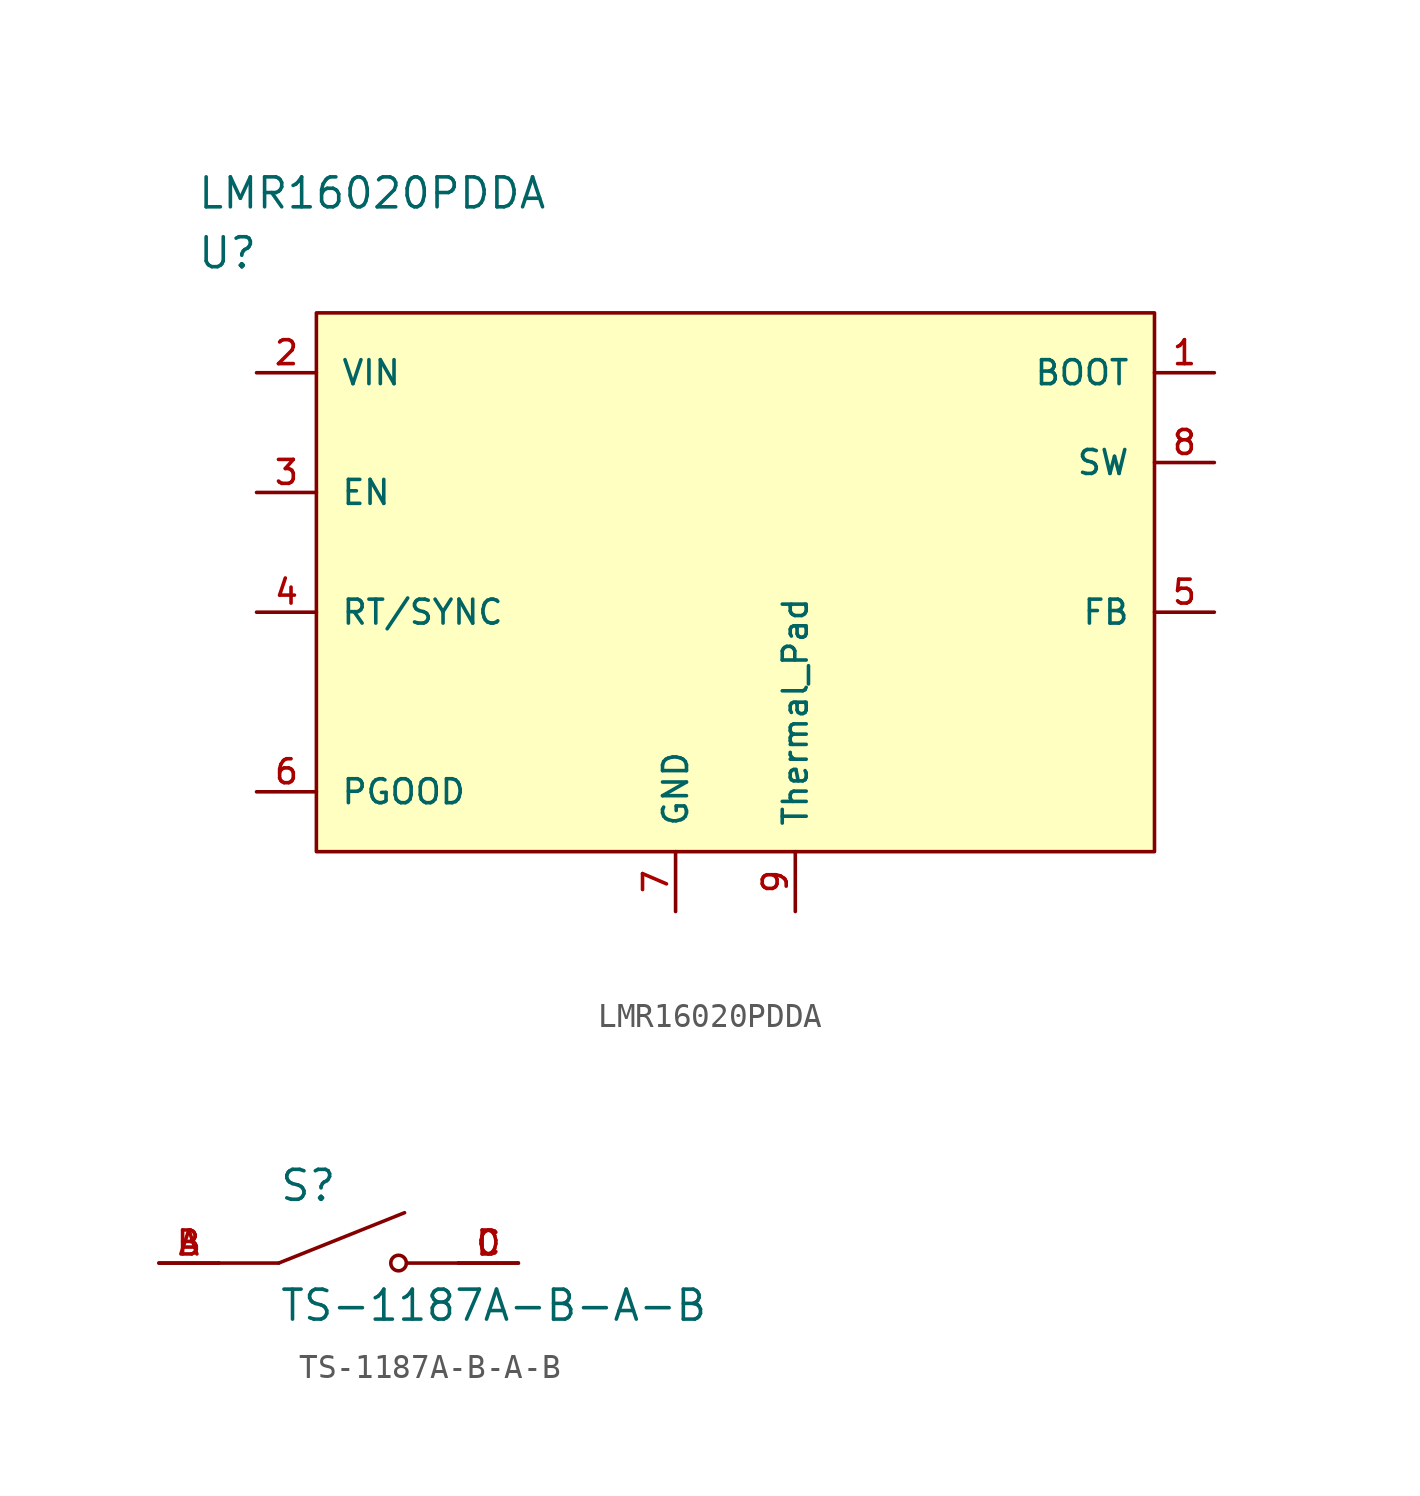
<source format=kicad_sym>
(kicad_symbol_lib
  (version 20211014)
  (generator kicad_symbol_editor)
  (symbol "LMR16020PDDA"
    (pin_names
      (offset 1.016))
    (property "Reference" "U"
      (at 0 5.08 0)
      (effects (font (size 1.27 1.27)) (justify left)))
    (property "Value" "LMR16020PDDA"
      (at 0 7.62 0)
      (effects (font (size 1.27 1.27)) (justify left)))
    (property "ki_locked" ""
      (at 0 0 0)
      (effects (font (size 1.27 1.27))))
    (symbol "LMR16020PDDA_1_1"
      (rectangle (start 5.08 2.54) (end 40.64 -20.32) (stroke (width 0) (type default) (color 0 0 0 0)) (fill (type background)))
      (pin power_in line (at 43.18 0 180) (length 2.54) (name "BOOT" (effects (font (size 1.016 1.016)))) (number "1" (effects (font (size 1.016 1.016)))))
      (pin power_in line (at 2.54 0 0) (length 2.54) (name "VIN" (effects (font (size 1.016 1.016)))) (number "2" (effects (font (size 1.016 1.016)))))
      (pin passive line (at 2.54 -5.08 0) (length 2.54) (name "EN" (effects (font (size 1.016 1.016)))) (number "3" (effects (font (size 1.016 1.016)))))
      (pin passive line (at 2.54 -10.16 0) (length 2.54) (name "RT/SYNC" (effects (font (size 1.016 1.016)))) (number "4" (effects (font (size 1.016 1.016)))))
      (pin passive line (at 43.18 -10.16 180) (length 2.54) (name "FB" (effects (font (size 1.016 1.016)))) (number "5" (effects (font (size 1.016 1.016)))))
      (pin passive line (at 2.54 -17.78 0) (length 2.54) (name "PGOOD" (effects (font (size 1.016 1.016)))) (number "6" (effects (font (size 1.016 1.016)))))
      (pin power_in line (at 20.32 -22.86 90) (length 2.54) (name "GND" (effects (font (size 1.016 1.016)))) (number "7" (effects (font (size 1.016 1.016)))))
      (pin power_in line (at 43.18 -3.81 180) (length 2.54) (name "SW" (effects (font (size 1.016 1.016)))) (number "8" (effects (font (size 1.016 1.016)))))
      (pin power_in line (at 25.4 -22.86 90) (length 2.54) (name "Thermal_Pad" (effects (font (size 1.016 1.016)))) (number "9" (effects (font (size 1.016 1.016)))))))
  (symbol "TS-1187A-B-A-B"
    (pin_names
      (offset 1.016) hide)
    (property "Reference" "S"
      (at -2.54 2.54 0)
      (effects (font (size 1.27 1.27)) (justify left bottom)))
    (property "Value" "TS-1187A-B-A-B"
      (at -2.54 -2.54 0)
      (effects (font (size 1.27 1.27)) (justify left bottom)))
    (symbol "TS-1187A-B-A-B_0_0"
      (polyline (pts (xy -2.54 0) (xy -5.08 0)) (stroke (width 0.152) (type default) (color 0 0 0 0)) (fill (type none)))
      (polyline (pts (xy -2.54 0) (xy 2.794 2.134)) (stroke (width 0.152) (type default) (color 0 0 0 0)) (fill (type none)))
      (polyline (pts (xy 5.08 0) (xy 2.921 0)) (stroke (width 0.152) (type default) (color 0 0 0 0)) (fill (type none)))
      (circle (center 2.54 0) (radius 0.33) (stroke (width 0.152) (type default) (color 0 0 0 0)) (fill (type none)))
      (pin passive line (at -7.62 0 0) (length 2.54) (name "~" (effects (font (size 1.016 1.016)))) (number "A" (effects (font (size 1.016 1.016)))))
      (pin passive line (at -7.62 0 0) (length 2.54) (name "~" (effects (font (size 1.016 1.016)))) (number "B" (effects (font (size 1.016 1.016)))))
      (pin passive line (at 7.62 0 180) (length 2.54) (name "~" (effects (font (size 1.016 1.016)))) (number "C" (effects (font (size 1.016 1.016)))))
      (pin passive line (at 7.62 0 180) (length 2.54) (name "~" (effects (font (size 1.016 1.016)))) (number "D" (effects (font (size 1.016 1.016))))))))
</source>
